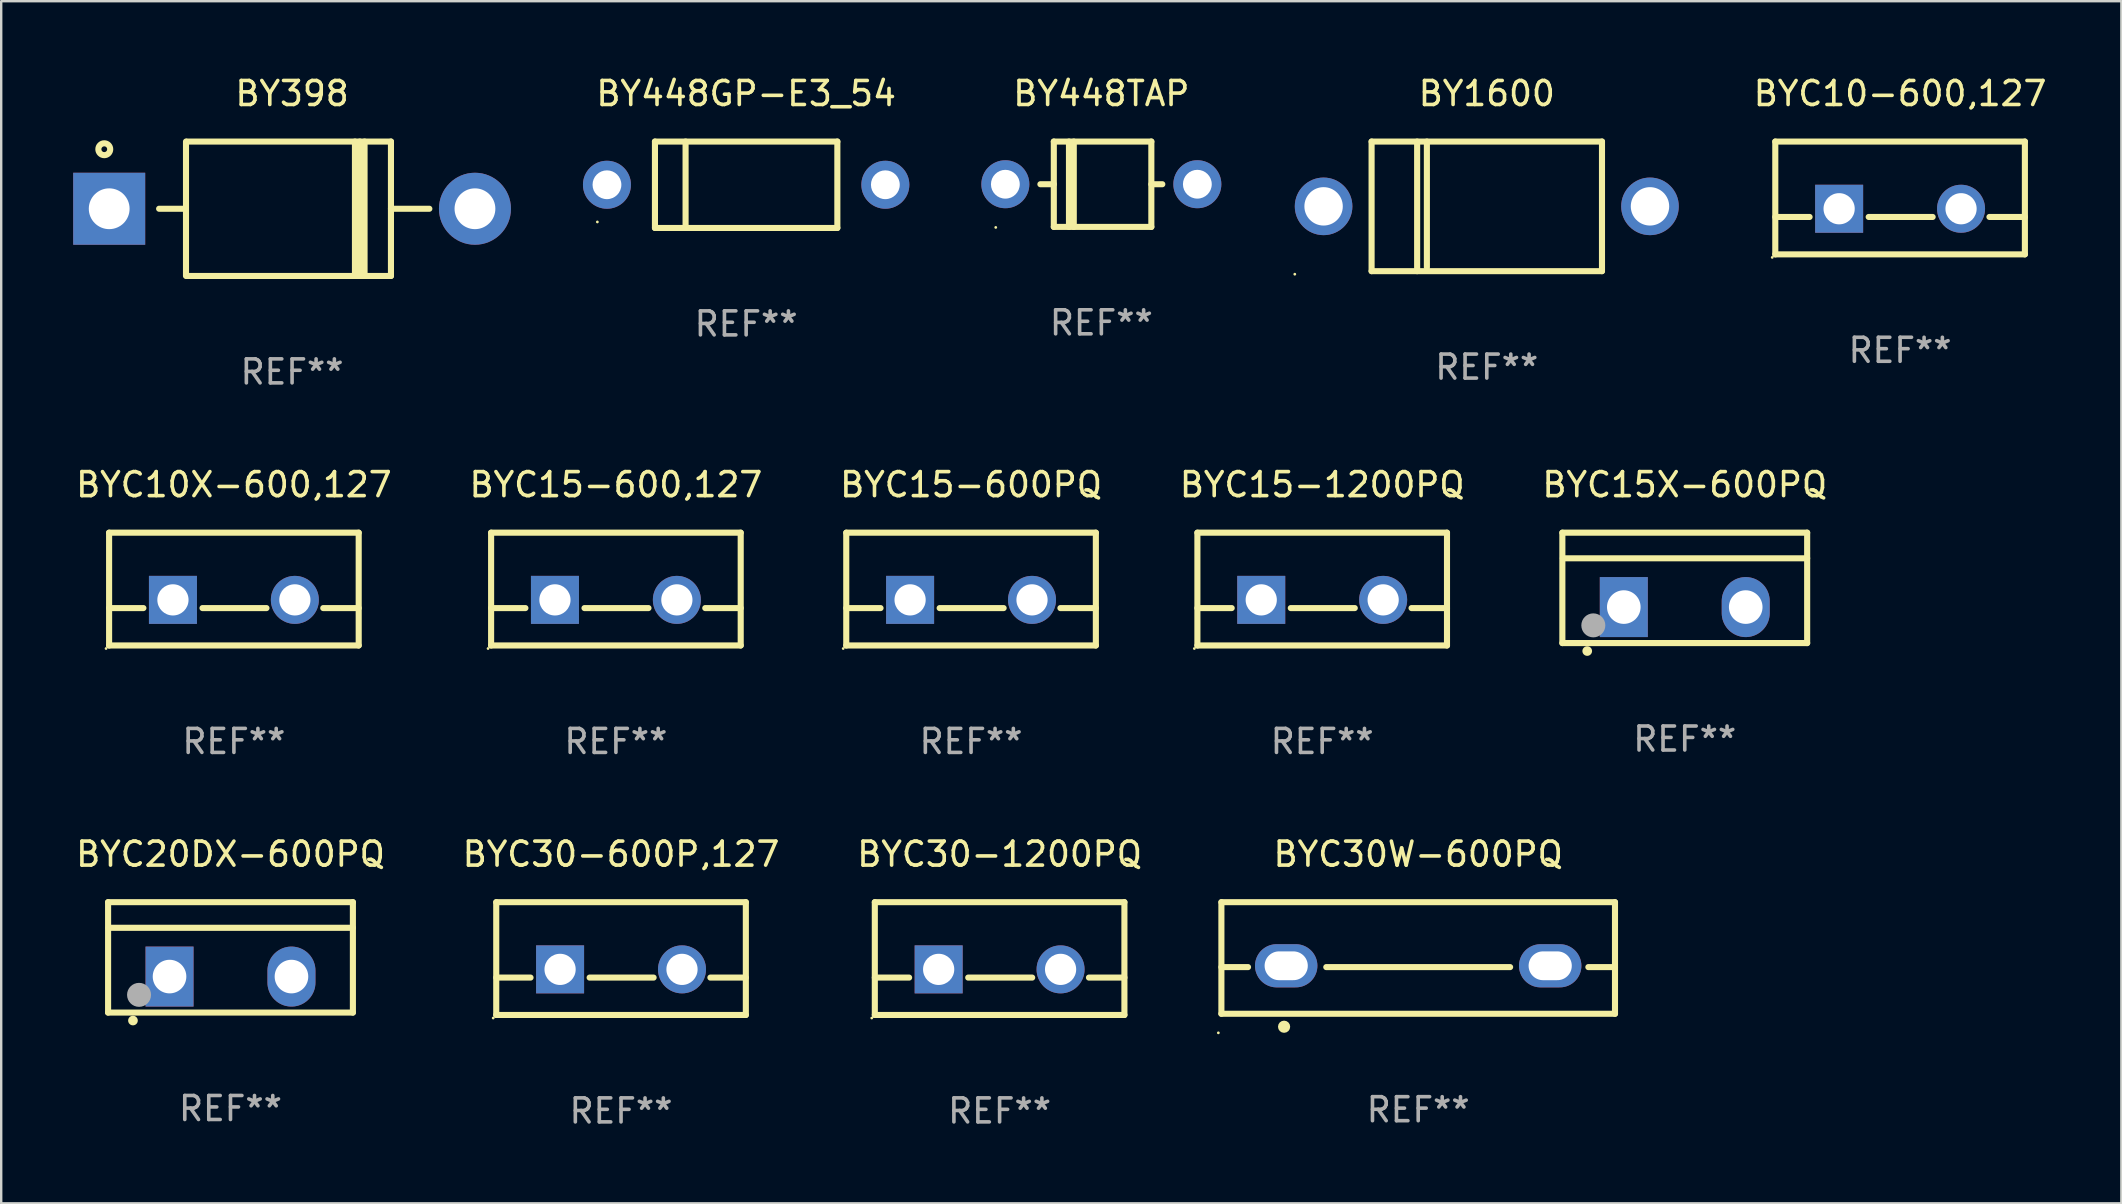
<source format=kicad_pcb>
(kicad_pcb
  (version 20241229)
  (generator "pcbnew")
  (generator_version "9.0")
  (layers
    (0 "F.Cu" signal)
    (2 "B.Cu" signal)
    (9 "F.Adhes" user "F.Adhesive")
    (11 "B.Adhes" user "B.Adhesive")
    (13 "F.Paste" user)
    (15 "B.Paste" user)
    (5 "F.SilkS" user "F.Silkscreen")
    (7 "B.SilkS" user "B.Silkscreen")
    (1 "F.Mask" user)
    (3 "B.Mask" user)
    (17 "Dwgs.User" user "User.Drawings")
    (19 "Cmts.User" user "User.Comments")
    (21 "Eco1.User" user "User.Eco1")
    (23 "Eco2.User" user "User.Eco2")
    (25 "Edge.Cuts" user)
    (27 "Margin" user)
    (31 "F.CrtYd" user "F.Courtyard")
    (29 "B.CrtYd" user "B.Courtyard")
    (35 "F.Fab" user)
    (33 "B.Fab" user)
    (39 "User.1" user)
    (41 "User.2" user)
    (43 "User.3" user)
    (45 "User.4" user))
  (footprint "BYC30-1200PQ"
    (layer "F.Cu")
    (at 38.601 36.891)
    (property "Reference" "BYC30-1200PQ" (at 0 -4.35 0) (layer "F.SilkS") (effects (font (size 1 1) (thickness 0.15))))
    (attr through_hole)
    (fp_line (start -5.2 -2.35) (end -5.2 2.35) (stroke (width 0.254) (type solid)) (layer "F.SilkS"))
    (fp_line (start -5.2 -2.35) (end 5.2 -2.35) (stroke (width 0.254) (type solid)) (layer "F.SilkS"))
    (fp_line (start -5.2 0.792) (end -3.771 0.792) (stroke (width 0.254) (type solid)) (layer "F.SilkS"))
    (fp_line (start -5.2 2.35) (end 5.2 2.35) (stroke (width 0.254) (type solid)) (layer "F.SilkS"))
    (fp_line (start -1.309 0.792) (end 1.357 0.792) (stroke (width 0.254) (type solid)) (layer "F.SilkS"))
    (fp_line (start 3.723 0.792) (end 5.2 0.792) (stroke (width 0.254) (type solid)) (layer "F.SilkS"))
    (fp_line (start 5.2 -2.35) (end 5.2 2.35) (stroke (width 0.254) (type solid)) (layer "F.SilkS"))
    (fp_circle (center -5.327 2.477) (end -5.297 2.477) (stroke (width 0.06) (type solid)) (fill no) (layer "F.SilkS"))
    (fp_text user "REF**" (at 0 6.35 0) (layer "F.Fab") (effects (font (size 1 1) (thickness 0.15))))
    (pad "1" thru_hole rect (at -2.54 0.45) (size 2 2) (drill 1.3) (layers "*.Cu" "*.Mask"))
    (pad "2" thru_hole circle (at 2.54 0.45) (size 2 2) (drill 1.3) (layers "*.Cu" "*.Mask")))
  (footprint "BYC10X-600,127"
    (layer "F.Cu")
    (at 6.696 21.495)
    (property "Reference" "BYC10X-600,127" (at 0 -4.35 0) (layer "F.SilkS") (effects (font (size 1 1) (thickness 0.15))))
    (attr through_hole)
    (fp_line (start -5.2 -2.35) (end -5.2 2.35) (stroke (width 0.254) (type solid)) (layer "F.SilkS"))
    (fp_line (start -5.2 -2.35) (end 5.2 -2.35) (stroke (width 0.254) (type solid)) (layer "F.SilkS"))
    (fp_line (start -5.2 0.792) (end -3.771 0.792) (stroke (width 0.254) (type solid)) (layer "F.SilkS"))
    (fp_line (start -5.2 2.35) (end 5.2 2.35) (stroke (width 0.254) (type solid)) (layer "F.SilkS"))
    (fp_line (start -1.309 0.792) (end 1.357 0.792) (stroke (width 0.254) (type solid)) (layer "F.SilkS"))
    (fp_line (start 3.723 0.792) (end 5.2 0.792) (stroke (width 0.254) (type solid)) (layer "F.SilkS"))
    (fp_line (start 5.2 -2.35) (end 5.2 2.35) (stroke (width 0.254) (type solid)) (layer "F.SilkS"))
    (fp_circle (center -5.327 2.477) (end -5.297 2.477) (stroke (width 0.06) (type solid)) (fill no) (layer "F.SilkS"))
    (fp_text user "REF**" (at 0 6.35 0) (layer "F.Fab") (effects (font (size 1 1) (thickness 0.15))))
    (pad "1" thru_hole rect (at -2.54 0.45) (size 2 2) (drill 1.3) (layers "*.Cu" "*.Mask"))
    (pad "2" thru_hole circle (at 2.54 0.45) (size 2 2) (drill 1.3) (layers "*.Cu" "*.Mask")))
  (footprint "BYC10-600,127"
    (layer "F.Cu")
    (at 76.121 5.198)
    (property "Reference" "BYC10-600,127" (at 0 -4.35 0) (layer "F.SilkS") (effects (font (size 1 1) (thickness 0.15))))
    (attr through_hole)
    (fp_line (start -5.2 -2.35) (end -5.2 2.35) (stroke (width 0.254) (type solid)) (layer "F.SilkS"))
    (fp_line (start -5.2 -2.35) (end 5.2 -2.35) (stroke (width 0.254) (type solid)) (layer "F.SilkS"))
    (fp_line (start -5.2 0.792) (end -3.771 0.792) (stroke (width 0.254) (type solid)) (layer "F.SilkS"))
    (fp_line (start -5.2 2.35) (end 5.2 2.35) (stroke (width 0.254) (type solid)) (layer "F.SilkS"))
    (fp_line (start -1.309 0.792) (end 1.357 0.792) (stroke (width 0.254) (type solid)) (layer "F.SilkS"))
    (fp_line (start 3.723 0.792) (end 5.2 0.792) (stroke (width 0.254) (type solid)) (layer "F.SilkS"))
    (fp_line (start 5.2 -2.35) (end 5.2 2.35) (stroke (width 0.254) (type solid)) (layer "F.SilkS"))
    (fp_circle (center -5.327 2.477) (end -5.297 2.477) (stroke (width 0.06) (type solid)) (fill no) (layer "F.SilkS"))
    (fp_text user "REF**" (at 0 6.35 0) (layer "F.Fab") (effects (font (size 1 1) (thickness 0.15))))
    (pad "1" thru_hole rect (at -2.54 0.45) (size 2 2) (drill 1.3) (layers "*.Cu" "*.Mask"))
    (pad "2" thru_hole circle (at 2.54 0.45) (size 2 2) (drill 1.3) (layers "*.Cu" "*.Mask")))
  (footprint "BYC30W-600PQ"
    (layer "F.Cu")
    (at 56.042 36.866)
    (property "Reference" "BYC30W-600PQ" (at 0 -4.325 0) (layer "F.SilkS") (effects (font (size 1 1) (thickness 0.15))))
    (attr through_hole)
    (fp_line (start -8.2 -2.325) (end -8.2 2.325) (stroke (width 0.254) (type solid)) (layer "F.SilkS"))
    (fp_line (start -8.2 -2.325) (end 8.2 -2.325) (stroke (width 0.254) (type solid)) (layer "F.SilkS"))
    (fp_line (start -8.2 0.38) (end -7.09 0.38) (stroke (width 0.254) (type solid)) (layer "F.SilkS"))
    (fp_line (start -8.2 2.325) (end 8.2 2.325) (stroke (width 0.254) (type solid)) (layer "F.SilkS"))
    (fp_line (start -3.83 0.38) (end 3.83 0.38) (stroke (width 0.254) (type solid)) (layer "F.SilkS"))
    (fp_line (start 7.09 0.38) (end 8.2 0.38) (stroke (width 0.254) (type solid)) (layer "F.SilkS"))
    (fp_line (start 8.2 -2.325) (end 8.2 2.325) (stroke (width 0.254) (type solid)) (layer "F.SilkS"))
    (fp_circle (center -8.327 3.119) (end -8.297 3.119) (stroke (width 0.06) (type solid)) (fill no) (layer "F.SilkS"))
    (fp_circle (center -5.588 2.865) (end -5.461 2.865) (stroke (width 0.254) (type solid)) (fill no) (layer "F.SilkS"))
    (fp_text user "REF**" (at 0 6.325 0) (layer "F.Fab") (effects (font (size 1 1) (thickness 0.15))))
    (pad "1" thru_hole oval (at -5.5 0.325) (size 2.6 1.8) (drill oval 1.8 1.2) (layers "*.Cu" "*.Mask"))
    (pad "3" thru_hole oval (at 5.5 0.325) (size 2.6 1.8) (drill oval 1.8 1.2) (layers "*.Cu" "*.Mask")))
  (footprint "BY1600"
    (layer "F.Cu")
    (at 58.9 5.548)
    (property "Reference" "BY1600" (at 0 -4.7 0) (layer "F.SilkS") (effects (font (size 1 1) (thickness 0.15))))
    (attr through_hole)
    (fp_line (start -4.8 -2.7) (end -4.8 2.7) (stroke (width 0.254) (type solid)) (layer "F.SilkS"))
    (fp_line (start -4.8 -2.7) (end 4.8 -2.7) (stroke (width 0.254) (type solid)) (layer "F.SilkS"))
    (fp_line (start -2.902 -2.7) (end -2.902 2.7) (stroke (width 0.254) (type solid)) (layer "F.SilkS"))
    (fp_line (start -2.496 -2.7) (end -2.496 2.54) (stroke (width 0.254) (type solid)) (layer "F.SilkS"))
    (fp_line (start 4.8 -2.7) (end 4.8 2.7) (stroke (width 0.254) (type solid)) (layer "F.SilkS"))
    (fp_line (start 4.8 2.7) (end -4.8 2.7) (stroke (width 0.254) (type solid)) (layer "F.SilkS"))
    (fp_circle (center -8 2.827) (end -7.97 2.827) (stroke (width 0.06) (type solid)) (fill no) (layer "F.SilkS"))
    (fp_text user "REF**" (at 0 6.7 0) (layer "F.Fab") (effects (font (size 1 1) (thickness 0.15))))
    (pad "1" thru_hole circle (at -6.8 0) (size 2.4 2.4) (drill 1.6) (layers "*.Cu" "*.Mask"))
    (pad "2" thru_hole circle (at 6.8 0) (size 2.4 2.4) (drill 1.6) (layers "*.Cu" "*.Mask")))
  (footprint "BYC20DX-600PQ"
    (layer "F.Cu")
    (at 6.554 36.841)
    (property "Reference" "BYC20DX-600PQ" (at 0 -4.3 0) (layer "F.SilkS") (effects (font (size 1 1) (thickness 0.15))))
    (attr through_hole)
    (fp_line (start -5.1 -2.3) (end -5.1 2.3) (stroke (width 0.254) (type solid)) (layer "F.SilkS"))
    (fp_line (start -5.1 2.3) (end 5.1 2.3) (stroke (width 0.254) (type solid)) (layer "F.SilkS"))
    (fp_line (start -5.08 -1.232) (end 5.1 -1.232) (stroke (width 0.254) (type solid)) (layer "F.SilkS"))
    (fp_line (start 5.1 -2.3) (end -5.1 -2.3) (stroke (width 0.254) (type solid)) (layer "F.SilkS"))
    (fp_line (start 5.1 -2.3) (end 5.1 2.3) (stroke (width 0.254) (type solid)) (layer "F.SilkS"))
    (fp_arc (start -4.065278 2.632004) (mid -4.064008 2.632) (end -4.062738 2.632004) (stroke (width 0.4) (type solid)) (layer "F.SilkS"))
    (fp_circle (center -5.1 2.32) (end -5.07 2.32) (stroke (width 0.06) (type solid)) (fill no) (layer "F.SilkS"))
    (fp_circle (center -3.81 1.562) (end -3.56 1.562) (stroke (width 0.5) (type solid)) (fill no) (layer "F.Fab"))
    (fp_text user "REF**" (at 0 6.3 0) (layer "F.Fab") (effects (font (size 1 1) (thickness 0.15))))
    (pad "1" thru_hole rect (at -2.54 0.8) (size 2 2.5) (drill 1.4) (layers "*.Cu" "*.Mask"))
    (pad "2" thru_hole oval (at 2.54 0.8) (size 2 2.5) (drill 1.4) (layers "*.Cu" "*.Mask")))
  (footprint "BYC15-600PQ"
    (layer "F.Cu")
    (at 37.411 21.495)
    (property "Reference" "BYC15-600PQ" (at 0 -4.35 0) (layer "F.SilkS") (effects (font (size 1 1) (thickness 0.15))))
    (attr through_hole)
    (fp_line (start -5.2 -2.35) (end -5.2 2.35) (stroke (width 0.254) (type solid)) (layer "F.SilkS"))
    (fp_line (start -5.2 -2.35) (end 5.2 -2.35) (stroke (width 0.254) (type solid)) (layer "F.SilkS"))
    (fp_line (start -5.2 0.792) (end -3.771 0.792) (stroke (width 0.254) (type solid)) (layer "F.SilkS"))
    (fp_line (start -5.2 2.35) (end 5.2 2.35) (stroke (width 0.254) (type solid)) (layer "F.SilkS"))
    (fp_line (start -1.309 0.792) (end 1.357 0.792) (stroke (width 0.254) (type solid)) (layer "F.SilkS"))
    (fp_line (start 3.723 0.792) (end 5.2 0.792) (stroke (width 0.254) (type solid)) (layer "F.SilkS"))
    (fp_line (start 5.2 -2.35) (end 5.2 2.35) (stroke (width 0.254) (type solid)) (layer "F.SilkS"))
    (fp_circle (center -5.327 2.477) (end -5.297 2.477) (stroke (width 0.06) (type solid)) (fill no) (layer "F.SilkS"))
    (fp_text user "REF**" (at 0 6.35 0) (layer "F.Fab") (effects (font (size 1 1) (thickness 0.15))))
    (pad "1" thru_hole rect (at -2.54 0.45) (size 2 2) (drill 1.3) (layers "*.Cu" "*.Mask"))
    (pad "2" thru_hole circle (at 2.54 0.45) (size 2 2) (drill 1.3) (layers "*.Cu" "*.Mask")))
  (footprint "BY398"
    (layer "F.Cu")
    (at 9.12 5.648)
    (property "Reference" "BY398" (at 0 -4.8 0) (layer "F.SilkS") (effects (font (size 1 1) (thickness 0.15))))
    (attr through_hole)
    (fp_line (start -5.54 0) (end -4.44 0) (stroke (width 0.254) (type solid)) (layer "F.SilkS"))
    (fp_line (start -4.42 2.8) (end -4.42 -2.8) (stroke (width 0.254) (type solid)) (layer "F.SilkS"))
    (fp_line (start -4.38 -2.8) (end 4.12 -2.8) (stroke (width 0.254) (type solid)) (layer "F.SilkS"))
    (fp_line (start 2.62 -2.8) (end 2.62 2.8) (stroke (width 0.254) (type solid)) (layer "F.SilkS"))
    (fp_line (start 2.82 -2.8) (end 2.82 2.8) (stroke (width 0.254) (type solid)) (layer "F.SilkS"))
    (fp_line (start 3.02 -2.8) (end 3.02 2.8) (stroke (width 0.254) (type solid)) (layer "F.SilkS"))
    (fp_line (start 4.12 -2.8) (end 4.12 2.8) (stroke (width 0.254) (type solid)) (layer "F.SilkS"))
    (fp_line (start 4.12 0) (end 5.72 0) (stroke (width 0.254) (type solid)) (layer "F.SilkS"))
    (fp_line (start 4.12 2.8) (end -4.38 2.8) (stroke (width 0.254) (type solid)) (layer "F.SilkS"))
    (fp_circle (center -7.825 -2.48) (end -7.705 -2.48) (stroke (width 0.254) (type solid)) (fill no) (layer "F.SilkS"))
    (fp_text user "REF**" (at 0 6.8 0) (layer "F.Fab") (effects (font (size 1 1) (thickness 0.15))))
    (pad "1" thru_hole rect (at -7.62 0 180) (size 3 3) (drill 1.7) (layers "*.Cu" "*.Mask"))
    (pad "2" thru_hole circle (at 7.62 0) (size 3 3) (drill 1.7) (layers "*.Cu" "*.Mask")))
  (footprint "BYC15X-600PQ"
    (layer "F.Cu")
    (at 67.149 21.445)
    (property "Reference" "BYC15X-600PQ" (at 0 -4.3 0) (layer "F.SilkS") (effects (font (size 1 1) (thickness 0.15))))
    (attr through_hole)
    (fp_line (start -5.1 -2.3) (end -5.1 2.3) (stroke (width 0.254) (type solid)) (layer "F.SilkS"))
    (fp_line (start -5.1 2.3) (end 5.1 2.3) (stroke (width 0.254) (type solid)) (layer "F.SilkS"))
    (fp_line (start -5.08 -1.232) (end 5.1 -1.232) (stroke (width 0.254) (type solid)) (layer "F.SilkS"))
    (fp_line (start 5.1 -2.3) (end -5.1 -2.3) (stroke (width 0.254) (type solid)) (layer "F.SilkS"))
    (fp_line (start 5.1 -2.3) (end 5.1 2.3) (stroke (width 0.254) (type solid)) (layer "F.SilkS"))
    (fp_arc (start -4.065278 2.632004) (mid -4.064008 2.632) (end -4.062738 2.632004) (stroke (width 0.4) (type solid)) (layer "F.SilkS"))
    (fp_circle (center -5.1 2.32) (end -5.07 2.32) (stroke (width 0.06) (type solid)) (fill no) (layer "F.SilkS"))
    (fp_circle (center -3.81 1.562) (end -3.56 1.562) (stroke (width 0.5) (type solid)) (fill no) (layer "F.Fab"))
    (fp_text user "REF**" (at 0 6.3 0) (layer "F.Fab") (effects (font (size 1 1) (thickness 0.15))))
    (pad "1" thru_hole rect (at -2.54 0.8) (size 2 2.5) (drill 1.4) (layers "*.Cu" "*.Mask"))
    (pad "2" thru_hole oval (at 2.54 0.8) (size 2 2.5) (drill 1.4) (layers "*.Cu" "*.Mask")))
  (footprint "BY448TAP"
    (layer "F.Cu")
    (at 42.84 4.626)
    (property "Reference" "BY448TAP" (at 0 -3.778 0) (layer "F.SilkS") (effects (font (size 1 1) (thickness 0.15))))
    (attr through_hole)
    (fp_line (start -1.981 -1.778) (end -1.981 1.778) (stroke (width 0.254) (type solid)) (layer "F.SilkS"))
    (fp_line (start -1.981 0) (end -2.54 0) (stroke (width 0.254) (type solid)) (layer "F.SilkS"))
    (fp_line (start -1.981 1.778) (end 2.083 1.778) (stroke (width 0.254) (type solid)) (layer "F.SilkS"))
    (fp_line (start -1.349 1.778) (end -1.349 -1.778) (stroke (width 0.254) (type solid)) (layer "F.SilkS"))
    (fp_line (start -1.149 1.778) (end -1.149 -1.778) (stroke (width 0.254) (type solid)) (layer "F.SilkS"))
    (fp_line (start 2.083 -1.778) (end -1.981 -1.778) (stroke (width 0.254) (type solid)) (layer "F.SilkS"))
    (fp_line (start 2.083 1.778) (end 2.083 -1.778) (stroke (width 0.254) (type solid)) (layer "F.SilkS"))
    (fp_line (start 2.54 0) (end 2.083 0) (stroke (width 0.254) (type solid)) (layer "F.SilkS"))
    (fp_circle (center -4.4 1.8) (end -4.37 1.8) (stroke (width 0.06) (type solid)) (fill no) (layer "F.SilkS"))
    (fp_text user "REF**" (at 0 5.778 0) (layer "F.Fab") (effects (font (size 1 1) (thickness 0.15))))
    (pad "1" thru_hole circle (at -4 0) (size 2 2) (drill 1.2) (layers "*.Cu" "*.Mask"))
    (pad "2" thru_hole circle (at 4 0) (size 2 2) (drill 1.2) (layers "*.Cu" "*.Mask")))
  (footprint "BY448GP-E3_54"
    (layer "F.Cu")
    (at 28.04 4.648)
    (property "Reference" "BY448GP-E3_54" (at 0 -3.8 0) (layer "F.SilkS") (effects (font (size 1 1) (thickness 0.15))))
    (attr through_hole)
    (fp_line (start -3.8 -1.8) (end -3.8 1.8) (stroke (width 0.254) (type solid)) (layer "F.SilkS"))
    (fp_line (start -3.8 -1.8) (end 3.8 -1.8) (stroke (width 0.254) (type solid)) (layer "F.SilkS"))
    (fp_line (start -3.8 1.8) (end 3.8 1.8) (stroke (width 0.254) (type solid)) (layer "F.SilkS"))
    (fp_line (start -2.524 -1.8) (end -2.524 1.8) (stroke (width 0.254) (type solid)) (layer "F.SilkS"))
    (fp_line (start 3.8 -1.8) (end 3.8 1.8) (stroke (width 0.254) (type solid)) (layer "F.SilkS"))
    (fp_circle (center -6.2 1.55) (end -6.17 1.55) (stroke (width 0.06) (type solid)) (fill no) (layer "F.SilkS"))
    (fp_text user "REF**" (at 0 5.8 0) (layer "F.Fab") (effects (font (size 1 1) (thickness 0.15))))
    (pad "1" thru_hole circle (at -5.8 0) (size 2 2) (drill 1.2) (layers "*.Cu" "*.Mask"))
    (pad "2" thru_hole circle (at 5.8 0) (size 2 2) (drill 1.2) (layers "*.Cu" "*.Mask")))
  (footprint "BYC30-600P,127"
    (layer "F.Cu")
    (at 22.827 36.891)
    (property "Reference" "BYC30-600P,127" (at 0 -4.35 0) (layer "F.SilkS") (effects (font (size 1 1) (thickness 0.15))))
    (attr through_hole)
    (fp_line (start -5.2 -2.35) (end -5.2 2.35) (stroke (width 0.254) (type solid)) (layer "F.SilkS"))
    (fp_line (start -5.2 -2.35) (end 5.2 -2.35) (stroke (width 0.254) (type solid)) (layer "F.SilkS"))
    (fp_line (start -5.2 0.792) (end -3.771 0.792) (stroke (width 0.254) (type solid)) (layer "F.SilkS"))
    (fp_line (start -5.2 2.35) (end 5.2 2.35) (stroke (width 0.254) (type solid)) (layer "F.SilkS"))
    (fp_line (start -1.309 0.792) (end 1.357 0.792) (stroke (width 0.254) (type solid)) (layer "F.SilkS"))
    (fp_line (start 3.723 0.792) (end 5.2 0.792) (stroke (width 0.254) (type solid)) (layer "F.SilkS"))
    (fp_line (start 5.2 -2.35) (end 5.2 2.35) (stroke (width 0.254) (type solid)) (layer "F.SilkS"))
    (fp_circle (center -5.327 2.477) (end -5.297 2.477) (stroke (width 0.06) (type solid)) (fill no) (layer "F.SilkS"))
    (fp_text user "REF**" (at 0 6.35 0) (layer "F.Fab") (effects (font (size 1 1) (thickness 0.15))))
    (pad "1" thru_hole rect (at -2.54 0.45) (size 2 2) (drill 1.3) (layers "*.Cu" "*.Mask"))
    (pad "2" thru_hole circle (at 2.54 0.45) (size 2 2) (drill 1.3) (layers "*.Cu" "*.Mask")))
  (footprint "BYC15-1200PQ"
    (layer "F.Cu")
    (at 52.042 21.495)
    (property "Reference" "BYC15-1200PQ" (at 0 -4.35 0) (layer "F.SilkS") (effects (font (size 1 1) (thickness 0.15))))
    (attr through_hole)
    (fp_line (start -5.2 -2.35) (end -5.2 2.35) (stroke (width 0.254) (type solid)) (layer "F.SilkS"))
    (fp_line (start -5.2 -2.35) (end 5.2 -2.35) (stroke (width 0.254) (type solid)) (layer "F.SilkS"))
    (fp_line (start -5.2 0.792) (end -3.771 0.792) (stroke (width 0.254) (type solid)) (layer "F.SilkS"))
    (fp_line (start -5.2 2.35) (end 5.2 2.35) (stroke (width 0.254) (type solid)) (layer "F.SilkS"))
    (fp_line (start -1.309 0.792) (end 1.357 0.792) (stroke (width 0.254) (type solid)) (layer "F.SilkS"))
    (fp_line (start 3.723 0.792) (end 5.2 0.792) (stroke (width 0.254) (type solid)) (layer "F.SilkS"))
    (fp_line (start 5.2 -2.35) (end 5.2 2.35) (stroke (width 0.254) (type solid)) (layer "F.SilkS"))
    (fp_circle (center -5.327 2.477) (end -5.297 2.477) (stroke (width 0.06) (type solid)) (fill no) (layer "F.SilkS"))
    (fp_text user "REF**" (at 0 6.35 0) (layer "F.Fab") (effects (font (size 1 1) (thickness 0.15))))
    (pad "1" thru_hole rect (at -2.54 0.45) (size 2 2) (drill 1.3) (layers "*.Cu" "*.Mask"))
    (pad "2" thru_hole circle (at 2.54 0.45) (size 2 2) (drill 1.3) (layers "*.Cu" "*.Mask")))
  (footprint "BYC15-600,127"
    (layer "F.Cu")
    (at 22.613 21.495)
    (property "Reference" "BYC15-600,127" (at 0 -4.35 0) (layer "F.SilkS") (effects (font (size 1 1) (thickness 0.15))))
    (attr through_hole)
    (fp_line (start -5.2 -2.35) (end -5.2 2.35) (stroke (width 0.254) (type solid)) (layer "F.SilkS"))
    (fp_line (start -5.2 -2.35) (end 5.2 -2.35) (stroke (width 0.254) (type solid)) (layer "F.SilkS"))
    (fp_line (start -5.2 0.792) (end -3.771 0.792) (stroke (width 0.254) (type solid)) (layer "F.SilkS"))
    (fp_line (start -5.2 2.35) (end 5.2 2.35) (stroke (width 0.254) (type solid)) (layer "F.SilkS"))
    (fp_line (start -1.309 0.792) (end 1.357 0.792) (stroke (width 0.254) (type solid)) (layer "F.SilkS"))
    (fp_line (start 3.723 0.792) (end 5.2 0.792) (stroke (width 0.254) (type solid)) (layer "F.SilkS"))
    (fp_line (start 5.2 -2.35) (end 5.2 2.35) (stroke (width 0.254) (type solid)) (layer "F.SilkS"))
    (fp_circle (center -5.327 2.477) (end -5.297 2.477) (stroke (width 0.06) (type solid)) (fill no) (layer "F.SilkS"))
    (fp_text user "REF**" (at 0 6.35 0) (layer "F.Fab") (effects (font (size 1 1) (thickness 0.15))))
    (pad "1" thru_hole rect (at -2.54 0.45) (size 2 2) (drill 1.3) (layers "*.Cu" "*.Mask"))
    (pad "2" thru_hole circle (at 2.54 0.45) (size 2 2) (drill 1.3) (layers "*.Cu" "*.Mask")))
  (gr_rect
    (start -3 -3)
    (end 85.341 47.09)
    (stroke (width 0.1) (type default))
    (fill no)
    (layer "Edge.Cuts")))
</source>
